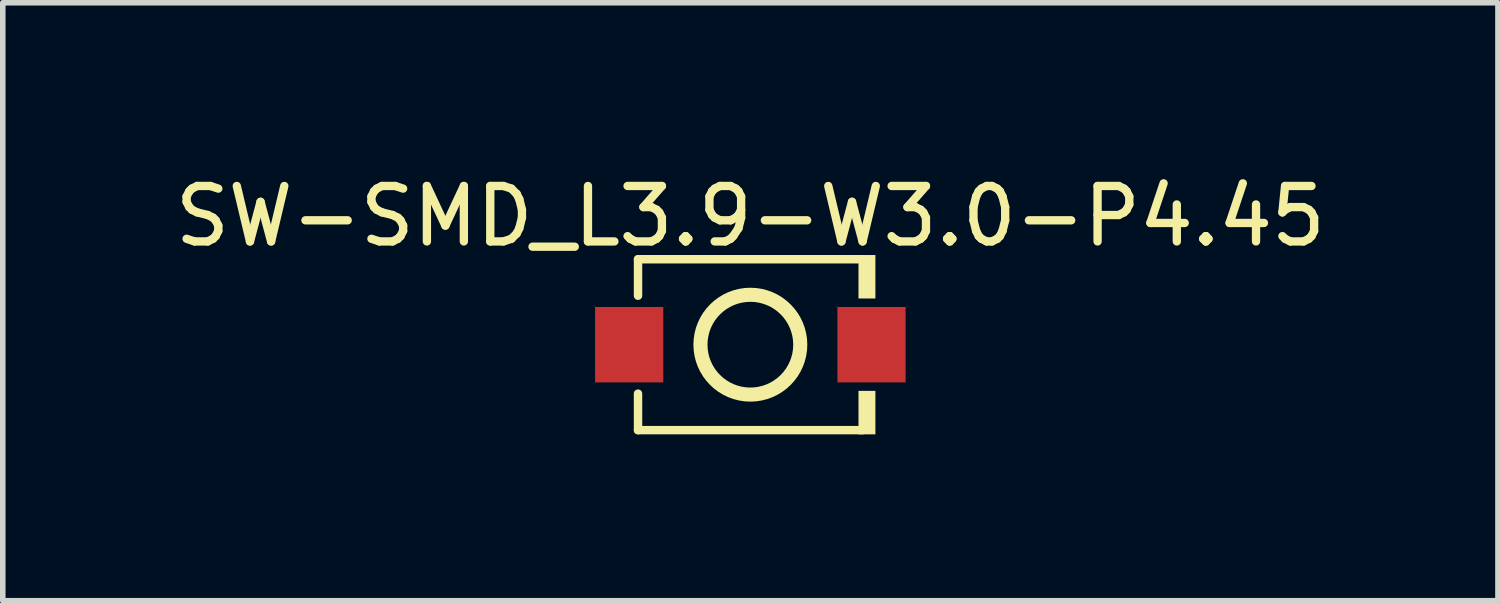
<source format=kicad_pcb>
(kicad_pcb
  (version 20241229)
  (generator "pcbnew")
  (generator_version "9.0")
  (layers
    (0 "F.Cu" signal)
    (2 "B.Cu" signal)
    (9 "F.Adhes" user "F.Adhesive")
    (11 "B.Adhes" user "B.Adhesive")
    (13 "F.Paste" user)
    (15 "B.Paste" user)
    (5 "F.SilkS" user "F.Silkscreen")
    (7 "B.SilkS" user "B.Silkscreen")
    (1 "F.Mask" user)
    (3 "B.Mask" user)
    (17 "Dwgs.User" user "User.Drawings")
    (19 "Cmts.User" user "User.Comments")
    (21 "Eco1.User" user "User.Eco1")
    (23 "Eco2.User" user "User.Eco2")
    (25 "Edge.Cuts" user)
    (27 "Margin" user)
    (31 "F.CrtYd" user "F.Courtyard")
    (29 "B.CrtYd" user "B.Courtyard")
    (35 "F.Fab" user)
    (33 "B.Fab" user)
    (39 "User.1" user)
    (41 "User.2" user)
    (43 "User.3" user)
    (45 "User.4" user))
  (footprint "SW-SMD_L3.9-W3.0-P4.45"
    (layer "F.Cu")
    (at 10.482 3.166)
    (property "Reference" "SW-SMD_L3.9-W3.0-P4.45" (at 0 -2.317 0) (layer "F.SilkS") (effects (font (size 1 1) (thickness 0.15))))
    (fp_line (start -2.026 -1.541) (end -2.026 -0.883) (stroke (width 0.152) (type default)) (layer "F.SilkS"))
    (fp_line (start -2.026 1.541) (end -2.026 0.883) (stroke (width 0.152) (type default)) (layer "F.SilkS"))
    (fp_line (start 2.026 -1.541) (end -2.026 -1.541) (stroke (width 0.152) (type default)) (layer "F.SilkS"))
    (fp_line (start 2.026 1.541) (end -2.026 1.541) (stroke (width 0.152) (type default)) (layer "F.SilkS"))
    (fp_circle (center 0 0) (end 0.9 0) (stroke (width 0.254) (type default)) (fill no) (layer "F.SilkS"))
    (fp_poly (pts (xy 1.95 -1.617) (xy 1.95 -0.833) (xy 2.255 -0.833) (xy 2.255 -1.617)) (stroke (width 0) (type default)) (fill yes) (layer "F.SilkS"))
    (fp_poly (pts (xy 1.95 1.617) (xy 1.95 0.833) (xy 2.255 0.833) (xy 2.255 1.617)) (stroke (width 0) (type default)) (fill yes) (layer "F.SilkS"))
    (fp_poly (pts (xy -2.5 -0.65) (xy -2.5 0.65) (xy -1.6 0.65) (xy -1.6 -0.65)) (stroke (width 0.1) (type default)) (fill no) (layer "User.1"))
    (fp_poly (pts (xy 2.5 -0.65) (xy 2.5 0.65) (xy 1.6 0.65) (xy 1.6 -0.65)) (stroke (width 0.1) (type default)) (fill no) (layer "User.1"))
    (fp_line (start -1.95 -1.465) (end 1.95 -1.465) (stroke (width 0.051) (type default)) (layer "User.2"))
    (fp_line (start -1.95 1.465) (end -1.95 -1.465) (stroke (width 0.051) (type default)) (layer "User.2"))
    (fp_line (start 1.95 -1.465) (end 1.95 1.465) (stroke (width 0.051) (type default)) (layer "User.2"))
    (fp_line (start 1.95 1.465) (end -1.95 1.465) (stroke (width 0.051) (type default)) (layer "User.2"))
    (fp_poly (pts (xy 2.56 -1.465) (xy 2.542 -1.507) (xy 2.5 -1.525) (xy 2.458 -1.507) (xy 2.44 -1.465) (xy 2.458 -1.423) (xy 2.5 -1.405) (xy 2.542 -1.423)) (stroke (width 0.1) (type default)) (fill no) (layer "User.3"))
    (pad "1" smd rect (at -2.185 0) (size 1.23 1.36) (layers "F.Cu" "F.Mask" "F.Paste"))
    (pad "2" smd rect (at 2.185 0) (size 1.23 1.36) (layers "F.Cu" "F.Mask" "F.Paste")))
  (gr_rect
    (start -3 -3)
    (end 23.964 7.783)
    (stroke (width 0.1) (type default))
    (fill no)
    (layer "Edge.Cuts")))
</source>
